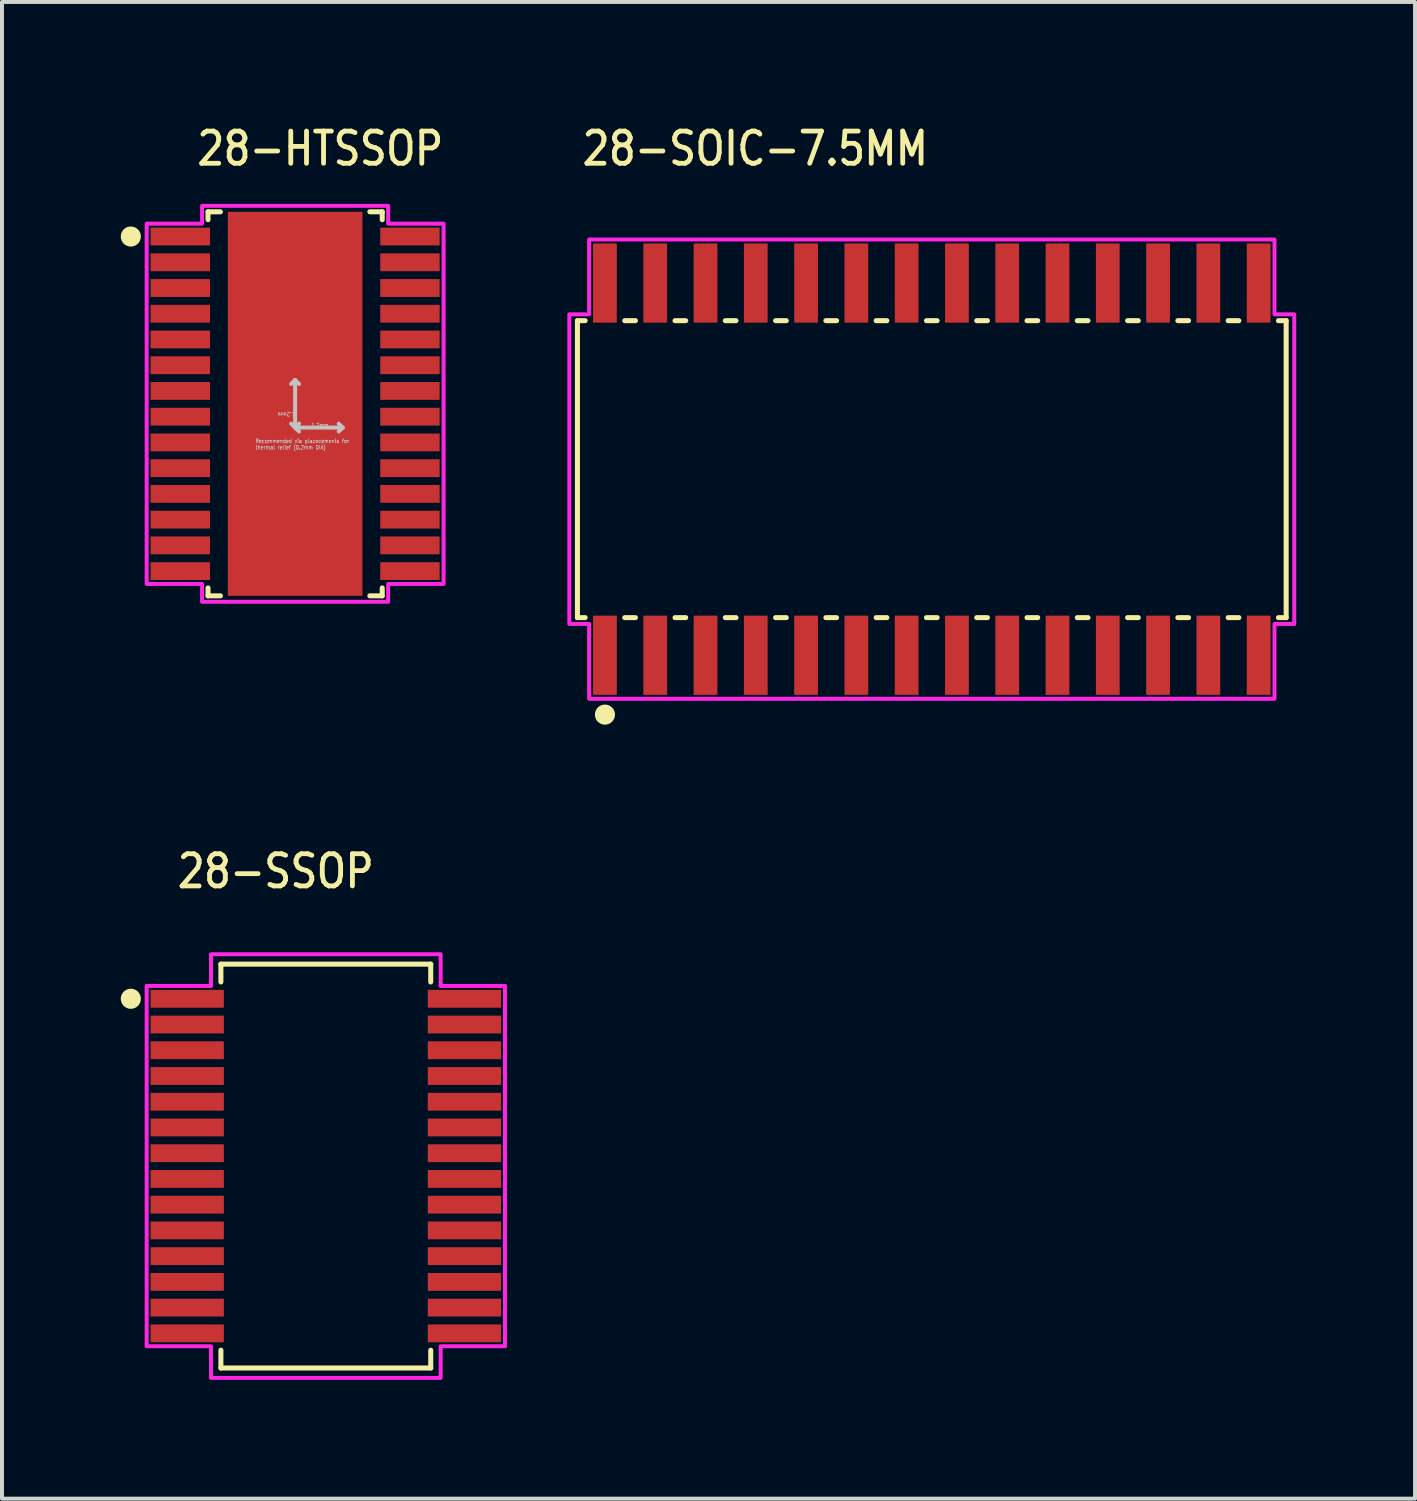
<source format=kicad_pcb>
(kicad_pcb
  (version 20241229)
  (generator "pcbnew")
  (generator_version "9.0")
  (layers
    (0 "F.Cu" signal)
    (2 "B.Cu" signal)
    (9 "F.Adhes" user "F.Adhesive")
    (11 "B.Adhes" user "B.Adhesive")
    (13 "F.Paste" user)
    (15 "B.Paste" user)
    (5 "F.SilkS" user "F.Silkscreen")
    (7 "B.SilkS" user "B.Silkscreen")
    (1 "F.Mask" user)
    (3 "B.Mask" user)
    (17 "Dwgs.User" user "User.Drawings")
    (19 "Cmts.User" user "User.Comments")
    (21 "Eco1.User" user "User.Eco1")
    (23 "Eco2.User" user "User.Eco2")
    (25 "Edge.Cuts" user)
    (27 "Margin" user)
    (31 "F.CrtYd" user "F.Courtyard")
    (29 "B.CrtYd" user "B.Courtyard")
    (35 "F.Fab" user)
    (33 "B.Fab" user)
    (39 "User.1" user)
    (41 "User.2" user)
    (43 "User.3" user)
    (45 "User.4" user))
  (footprint "28-HTSSOP"
    (layer "F.Cu")
    (at 4.404 7.149)
    (property "Reference" "28-HTSSOP" (at -2.54 -5.97 0) (unlocked yes) (layer "F.SilkS") (effects (font (size 0.813 0.695) (thickness 0.122)) (justify left bottom)))
    (fp_poly (pts (xy -1.55 -2.59) (xy 1.55 -2.59) (xy 1.55 2.59) (xy -1.55 2.59)) (stroke (width 0) (type solid)) (fill yes) (layer "F.Mask"))
    (fp_line (start -2.2 -4.85) (end -1.887 -4.85) (stroke (width 0.127) (type solid)) (layer "F.SilkS"))
    (fp_line (start -2.2 -4.65) (end -2.2 -4.85) (stroke (width 0.127) (type solid)) (layer "F.SilkS"))
    (fp_line (start -2.2 4.85) (end -2.2 4.65) (stroke (width 0.127) (type solid)) (layer "F.SilkS"))
    (fp_line (start -2.2 4.85) (end -1.887 4.85) (stroke (width 0.127) (type solid)) (layer "F.SilkS"))
    (fp_line (start 1.887 -4.85) (end 2.2 -4.85) (stroke (width 0.127) (type solid)) (layer "F.SilkS"))
    (fp_line (start 1.887 4.85) (end 2.2 4.85) (stroke (width 0.127) (type solid)) (layer "F.SilkS"))
    (fp_line (start 2.2 -4.65) (end 2.2 -4.85) (stroke (width 0.127) (type solid)) (layer "F.SilkS"))
    (fp_line (start 2.2 4.85) (end 2.2 4.65) (stroke (width 0.127) (type solid)) (layer "F.SilkS"))
    (fp_circle (center -4.15 -4.225) (end -3.896 -4.225) (stroke (width 0) (type solid)) (fill yes) (layer "F.SilkS"))
    (fp_poly (pts (xy -1.735 -2.895) (xy -1.735 2.895) (xy 1.735 2.895) (xy 1.735 -2.895)) (stroke (width 0) (type solid)) (fill yes) (layer "F.Paste"))
    (fp_line (start 0 -0.6) (end -0.1 -0.5) (stroke (width 0.1) (type solid)) (layer "Dwgs.User"))
    (fp_line (start 0 -0.6) (end 0 0.6) (stroke (width 0.1) (type solid)) (layer "Dwgs.User"))
    (fp_line (start 0 -0.6) (end 0.1 -0.5) (stroke (width 0.1) (type solid)) (layer "Dwgs.User"))
    (fp_line (start 0 0.6) (end -0.1 0.5) (stroke (width 0.1) (type solid)) (layer "Dwgs.User"))
    (fp_line (start 0 0.6) (end 0.1 0.5) (stroke (width 0.1) (type solid)) (layer "Dwgs.User"))
    (fp_line (start 0 0.6) (end 0.1 0.7) (stroke (width 0.1) (type solid)) (layer "Dwgs.User"))
    (fp_line (start 0 0.6) (end 1.2 0.6) (stroke (width 0.1) (type solid)) (layer "Dwgs.User"))
    (fp_line (start 1.1 0.5) (end 1.2 0.6) (stroke (width 0.1) (type solid)) (layer "Dwgs.User"))
    (fp_line (start 1.2 0.6) (end 1.1 0.7) (stroke (width 0.1) (type solid)) (layer "Dwgs.User"))
    (fp_circle (center -1.2 -4.2) (end -1.1 -4.2) (stroke (width 0.000009) (type solid)) (fill no) (layer "Dwgs.User"))
    (fp_circle (center -1.2 -3) (end -1.1 -3) (stroke (width 0.000009) (type solid)) (fill no) (layer "Dwgs.User"))
    (fp_circle (center -1.2 -1.8) (end -1.1 -1.8) (stroke (width 0.000009) (type solid)) (fill no) (layer "Dwgs.User"))
    (fp_circle (center -1.2 -0.6) (end -1.1 -0.6) (stroke (width 0.000009) (type solid)) (fill no) (layer "Dwgs.User"))
    (fp_circle (center -1.2 0.6) (end -1.1 0.6) (stroke (width 0.000009) (type solid)) (fill no) (layer "Dwgs.User"))
    (fp_circle (center -1.2 1.8) (end -1.1 1.8) (stroke (width 0.000009) (type solid)) (fill no) (layer "Dwgs.User"))
    (fp_circle (center -1.2 3) (end -1.1 3) (stroke (width 0.000009) (type solid)) (fill no) (layer "Dwgs.User"))
    (fp_circle (center -1.2 4.2) (end -1.1 4.2) (stroke (width 0.000009) (type solid)) (fill no) (layer "Dwgs.User"))
    (fp_circle (center 0 -4.2) (end 0.1 -4.2) (stroke (width 0.000009) (type solid)) (fill no) (layer "Dwgs.User"))
    (fp_circle (center 0 -3) (end 0.1 -3) (stroke (width 0.000009) (type solid)) (fill no) (layer "Dwgs.User"))
    (fp_circle (center 0 -1.8) (end 0.1 -1.8) (stroke (width 0.000009) (type solid)) (fill no) (layer "Dwgs.User"))
    (fp_circle (center 0 -0.6) (end 0.1 -0.6) (stroke (width 0.000009) (type solid)) (fill no) (layer "Dwgs.User"))
    (fp_circle (center 0 0.6) (end 0.1 0.6) (stroke (width 0.000009) (type solid)) (fill no) (layer "Dwgs.User"))
    (fp_circle (center 0 1.8) (end 0.1 1.8) (stroke (width 0.000009) (type solid)) (fill no) (layer "Dwgs.User"))
    (fp_circle (center 0 3) (end 0.1 3) (stroke (width 0.000009) (type solid)) (fill no) (layer "Dwgs.User"))
    (fp_circle (center 0 4.2) (end 0.1 4.2) (stroke (width 0.000009) (type solid)) (fill no) (layer "Dwgs.User"))
    (fp_circle (center 1.2 -4.2) (end 1.3 -4.2) (stroke (width 0.000009) (type solid)) (fill no) (layer "Dwgs.User"))
    (fp_circle (center 1.2 -3) (end 1.3 -3) (stroke (width 0.000009) (type solid)) (fill no) (layer "Dwgs.User"))
    (fp_circle (center 1.2 -1.8) (end 1.3 -1.8) (stroke (width 0.000009) (type solid)) (fill no) (layer "Dwgs.User"))
    (fp_circle (center 1.2 -0.6) (end 1.3 -0.6) (stroke (width 0.000009) (type solid)) (fill no) (layer "Dwgs.User"))
    (fp_circle (center 1.2 0.6) (end 1.3 0.6) (stroke (width 0.000009) (type solid)) (fill no) (layer "Dwgs.User"))
    (fp_circle (center 1.2 1.8) (end 1.3 1.8) (stroke (width 0.000009) (type solid)) (fill no) (layer "Dwgs.User"))
    (fp_circle (center 1.2 3) (end 1.3 3) (stroke (width 0.000009) (type solid)) (fill no) (layer "Dwgs.User"))
    (fp_circle (center 1.2 4.2) (end 1.3 4.2) (stroke (width 0.000009) (type solid)) (fill no) (layer "Dwgs.User"))
    (fp_poly (pts (xy -3.75 4.55) (xy -2.35 4.55) (xy -2.35 5) (xy 2.35 5) (xy 2.35 4.55) (xy 3.75 4.55) (xy 3.75 -4.55) (xy 2.35 -4.55) (xy 2.35 -5) (xy -2.35 -5) (xy -2.35 -4.55) (xy -3.75 -4.55)) (stroke (width 0.1) (type solid)) (fill no) (layer "F.CrtYd"))
    (fp_text user "1.2mm" (at 0 0.2 180) (unlocked yes) (layer "Dwgs.User") (effects (font (size 0.1 0.086) (thickness 0.015)) (justify left bottom)))
    (fp_text user "Recommended via placecements for \nthermal relief (0.2mm DIA)" (at -1.01 1.16 0) (unlocked yes) (layer "Dwgs.User") (effects (font (size 0.1 0.086) (thickness 0.015)) (justify left bottom)))
    (fp_text user "1.2mm" (at 0.4 0.6 0) (unlocked yes) (layer "Dwgs.User") (effects (font (size 0.1 0.086) (thickness 0.015)) (justify left bottom)))
    (pad "1" smd rect (at -2.9 -4.225) (size 1.5 0.45) (layers "F.Cu" "F.Mask" "F.Paste"))
    (pad "2" smd rect (at -2.9 -3.575) (size 1.5 0.45) (layers "F.Cu" "F.Mask" "F.Paste"))
    (pad "3" smd rect (at -2.9 -2.925) (size 1.5 0.45) (layers "F.Cu" "F.Mask" "F.Paste"))
    (pad "4" smd rect (at -2.9 -2.275) (size 1.5 0.45) (layers "F.Cu" "F.Mask" "F.Paste"))
    (pad "5" smd rect (at -2.9 -1.625) (size 1.5 0.45) (layers "F.Cu" "F.Mask" "F.Paste"))
    (pad "6" smd rect (at -2.9 -0.975) (size 1.5 0.45) (layers "F.Cu" "F.Mask" "F.Paste"))
    (pad "7" smd rect (at -2.9 -0.325) (size 1.5 0.45) (layers "F.Cu" "F.Mask" "F.Paste"))
    (pad "8" smd rect (at -2.9 0.325) (size 1.5 0.45) (layers "F.Cu" "F.Mask" "F.Paste"))
    (pad "9" smd rect (at -2.9 0.975) (size 1.5 0.45) (layers "F.Cu" "F.Mask" "F.Paste"))
    (pad "10" smd rect (at -2.9 2.275) (size 1.5 0.45) (layers "F.Cu" "F.Mask" "F.Paste"))
    (pad "11" smd rect (at -2.9 1.625) (size 1.5 0.45) (layers "F.Cu" "F.Mask" "F.Paste"))
    (pad "12" smd rect (at -2.9 2.925) (size 1.5 0.45) (layers "F.Cu" "F.Mask" "F.Paste"))
    (pad "13" smd rect (at -2.9 3.575) (size 1.5 0.45) (layers "F.Cu" "F.Mask" "F.Paste"))
    (pad "14" smd rect (at -2.9 4.225) (size 1.5 0.45) (layers "F.Cu" "F.Mask" "F.Paste"))
    (pad "15" smd rect (at 2.9 4.225) (size 1.5 0.45) (layers "F.Cu" "F.Mask" "F.Paste"))
    (pad "16" smd rect (at 2.9 3.575) (size 1.5 0.45) (layers "F.Cu" "F.Mask" "F.Paste"))
    (pad "17" smd rect (at 2.9 2.925) (size 1.5 0.45) (layers "F.Cu" "F.Mask" "F.Paste"))
    (pad "18" smd rect (at 2.9 2.275) (size 1.5 0.45) (layers "F.Cu" "F.Mask" "F.Paste"))
    (pad "19" smd rect (at 2.9 1.625) (size 1.5 0.45) (layers "F.Cu" "F.Mask" "F.Paste"))
    (pad "20" smd rect (at 2.9 0.975) (size 1.5 0.45) (layers "F.Cu" "F.Mask" "F.Paste"))
    (pad "21" smd rect (at 2.9 0.325) (size 1.5 0.45) (layers "F.Cu" "F.Mask" "F.Paste"))
    (pad "22" smd rect (at 2.9 -0.325) (size 1.5 0.45) (layers "F.Cu" "F.Mask" "F.Paste"))
    (pad "23" smd rect (at 2.9 -0.975) (size 1.5 0.45) (layers "F.Cu" "F.Mask" "F.Paste"))
    (pad "24" smd rect (at 2.9 -1.625) (size 1.5 0.45) (layers "F.Cu" "F.Mask" "F.Paste"))
    (pad "25" smd rect (at 2.9 -2.275) (size 1.5 0.45) (layers "F.Cu" "F.Mask" "F.Paste"))
    (pad "26" smd rect (at 2.9 -2.925) (size 1.5 0.45) (layers "F.Cu" "F.Mask" "F.Paste"))
    (pad "27" smd rect (at 2.9 -3.575) (size 1.5 0.45) (layers "F.Cu" "F.Mask" "F.Paste"))
    (pad "28" smd rect (at 2.9 -4.225) (size 1.5 0.45) (layers "F.Cu" "F.Mask" "F.Paste"))
    (pad "29" smd rect (at 0 0) (size 3.4 9.7) (layers "F.Cu")))
  (footprint "28-SOIC-7.5MM"
    (layer "F.Cu")
    (at 20.484 8.799)
    (property "Reference" "28-SOIC-7.5MM" (at -8.89 -7.62 0) (unlocked yes) (layer "F.SilkS") (effects (font (size 0.813 0.695) (thickness 0.122)) (justify left bottom)))
    (fp_line (start -8.95 -3.75) (end -8.95 3.75) (stroke (width 0.127) (type solid)) (layer "F.SilkS"))
    (fp_line (start -8.95 -3.75) (end -8.755 -3.75) (stroke (width 0.127) (type solid)) (layer "F.SilkS"))
    (fp_line (start -8.95 3.75) (end -8.755 3.75) (stroke (width 0.127) (type solid)) (layer "F.SilkS"))
    (fp_line (start -7.755 -3.75) (end -7.485 -3.75) (stroke (width 0.127) (type solid)) (layer "F.SilkS"))
    (fp_line (start -7.755 3.75) (end -7.485 3.75) (stroke (width 0.127) (type solid)) (layer "F.SilkS"))
    (fp_line (start -6.485 -3.75) (end -6.215 -3.75) (stroke (width 0.127) (type solid)) (layer "F.SilkS"))
    (fp_line (start -6.485 3.75) (end -6.215 3.75) (stroke (width 0.127) (type solid)) (layer "F.SilkS"))
    (fp_line (start -5.215 -3.75) (end -4.945 -3.75) (stroke (width 0.127) (type solid)) (layer "F.SilkS"))
    (fp_line (start -5.215 3.75) (end -4.945 3.75) (stroke (width 0.127) (type solid)) (layer "F.SilkS"))
    (fp_line (start -3.945 -3.75) (end -3.675 -3.75) (stroke (width 0.127) (type solid)) (layer "F.SilkS"))
    (fp_line (start -3.945 3.75) (end -3.675 3.75) (stroke (width 0.127) (type solid)) (layer "F.SilkS"))
    (fp_line (start -2.675 -3.75) (end -2.405 -3.75) (stroke (width 0.127) (type solid)) (layer "F.SilkS"))
    (fp_line (start -2.675 3.75) (end -2.405 3.75) (stroke (width 0.127) (type solid)) (layer "F.SilkS"))
    (fp_line (start -1.405 -3.75) (end -1.135 -3.75) (stroke (width 0.127) (type solid)) (layer "F.SilkS"))
    (fp_line (start -1.405 3.75) (end -1.135 3.75) (stroke (width 0.127) (type solid)) (layer "F.SilkS"))
    (fp_line (start -0.135 -3.75) (end 0.135 -3.75) (stroke (width 0.127) (type solid)) (layer "F.SilkS"))
    (fp_line (start -0.135 3.75) (end 0.135 3.75) (stroke (width 0.127) (type solid)) (layer "F.SilkS"))
    (fp_line (start 1.135 -3.75) (end 1.405 -3.75) (stroke (width 0.127) (type solid)) (layer "F.SilkS"))
    (fp_line (start 1.135 3.75) (end 1.405 3.75) (stroke (width 0.127) (type solid)) (layer "F.SilkS"))
    (fp_line (start 2.405 -3.75) (end 2.675 -3.75) (stroke (width 0.127) (type solid)) (layer "F.SilkS"))
    (fp_line (start 2.405 3.75) (end 2.675 3.75) (stroke (width 0.127) (type solid)) (layer "F.SilkS"))
    (fp_line (start 3.675 -3.75) (end 3.945 -3.75) (stroke (width 0.127) (type solid)) (layer "F.SilkS"))
    (fp_line (start 3.675 3.75) (end 3.945 3.75) (stroke (width 0.127) (type solid)) (layer "F.SilkS"))
    (fp_line (start 4.945 -3.75) (end 5.215 -3.75) (stroke (width 0.127) (type solid)) (layer "F.SilkS"))
    (fp_line (start 4.945 3.75) (end 5.215 3.75) (stroke (width 0.127) (type solid)) (layer "F.SilkS"))
    (fp_line (start 6.215 -3.75) (end 6.485 -3.75) (stroke (width 0.127) (type solid)) (layer "F.SilkS"))
    (fp_line (start 6.215 3.75) (end 6.485 3.75) (stroke (width 0.127) (type solid)) (layer "F.SilkS"))
    (fp_line (start 7.485 -3.75) (end 7.755 -3.75) (stroke (width 0.127) (type solid)) (layer "F.SilkS"))
    (fp_line (start 7.485 3.75) (end 7.755 3.75) (stroke (width 0.127) (type solid)) (layer "F.SilkS"))
    (fp_line (start 8.95 -3.75) (end 8.755 -3.75) (stroke (width 0.127) (type solid)) (layer "F.SilkS"))
    (fp_line (start 8.95 3.75) (end 8.755 3.75) (stroke (width 0.127) (type solid)) (layer "F.SilkS"))
    (fp_line (start 8.95 3.75) (end 8.95 -3.75) (stroke (width 0.127) (type solid)) (layer "F.SilkS"))
    (fp_circle (center -8.255 6.2) (end -8.001 6.2) (stroke (width 0) (type solid)) (fill yes) (layer "F.SilkS"))
    (fp_poly (pts (xy -9.155 -3.91) (xy -8.655 -3.91) (xy -8.655 -5.8) (xy 8.655 -5.8) (xy 8.655 -3.91) (xy 9.155 -3.91) (xy 9.155 3.91) (xy 8.655 3.91) (xy 8.655 5.8) (xy -8.655 5.8) (xy -8.655 3.91) (xy -9.155 3.91)) (stroke (width 0.1) (type solid)) (fill no) (layer "F.CrtYd"))
    (pad "1" smd rect (at -8.255 4.7) (size 0.6 2) (layers "F.Cu" "F.Mask" "F.Paste"))
    (pad "2" smd rect (at -6.985 4.7) (size 0.6 2) (layers "F.Cu" "F.Mask" "F.Paste"))
    (pad "3" smd rect (at -5.715 4.7) (size 0.6 2) (layers "F.Cu" "F.Mask" "F.Paste"))
    (pad "4" smd rect (at -4.445 4.7) (size 0.6 2) (layers "F.Cu" "F.Mask" "F.Paste"))
    (pad "5" smd rect (at -3.175 4.7) (size 0.6 2) (layers "F.Cu" "F.Mask" "F.Paste"))
    (pad "6" smd rect (at -1.905 4.7) (size 0.6 2) (layers "F.Cu" "F.Mask" "F.Paste"))
    (pad "7" smd rect (at -0.635 4.7) (size 0.6 2) (layers "F.Cu" "F.Mask" "F.Paste"))
    (pad "8" smd rect (at 0.635 4.7) (size 0.6 2) (layers "F.Cu" "F.Mask" "F.Paste"))
    (pad "9" smd rect (at 1.905 4.7) (size 0.6 2) (layers "F.Cu" "F.Mask" "F.Paste"))
    (pad "10" smd rect (at 3.175 4.7) (size 0.6 2) (layers "F.Cu" "F.Mask" "F.Paste"))
    (pad "11" smd rect (at 4.445 4.7) (size 0.6 2) (layers "F.Cu" "F.Mask" "F.Paste"))
    (pad "12" smd rect (at 5.715 4.7) (size 0.6 2) (layers "F.Cu" "F.Mask" "F.Paste"))
    (pad "13" smd rect (at 6.985 4.7) (size 0.6 2) (layers "F.Cu" "F.Mask" "F.Paste"))
    (pad "14" smd rect (at 8.255 4.7) (size 0.6 2) (layers "F.Cu" "F.Mask" "F.Paste"))
    (pad "15" smd rect (at 8.255 -4.7) (size 0.6 2) (layers "F.Cu" "F.Mask" "F.Paste"))
    (pad "16" smd rect (at 6.985 -4.7) (size 0.6 2) (layers "F.Cu" "F.Mask" "F.Paste"))
    (pad "17" smd rect (at 5.715 -4.7) (size 0.6 2) (layers "F.Cu" "F.Mask" "F.Paste"))
    (pad "18" smd rect (at 4.445 -4.7) (size 0.6 2) (layers "F.Cu" "F.Mask" "F.Paste"))
    (pad "19" smd rect (at 3.175 -4.7) (size 0.6 2) (layers "F.Cu" "F.Mask" "F.Paste"))
    (pad "20" smd rect (at 1.905 -4.7) (size 0.6 2) (layers "F.Cu" "F.Mask" "F.Paste"))
    (pad "21" smd rect (at 0.635 -4.7) (size 0.6 2) (layers "F.Cu" "F.Mask" "F.Paste"))
    (pad "22" smd rect (at -0.635 -4.7) (size 0.6 2) (layers "F.Cu" "F.Mask" "F.Paste"))
    (pad "23" smd rect (at -1.905 -4.7) (size 0.6 2) (layers "F.Cu" "F.Mask" "F.Paste"))
    (pad "24" smd rect (at -3.175 -4.7) (size 0.6 2) (layers "F.Cu" "F.Mask" "F.Paste"))
    (pad "25" smd rect (at -4.445 -4.7) (size 0.6 2) (layers "F.Cu" "F.Mask" "F.Paste"))
    (pad "26" smd rect (at -5.715 -4.7) (size 0.6 2) (layers "F.Cu" "F.Mask" "F.Paste"))
    (pad "27" smd rect (at -6.985 -4.7) (size 0.6 2) (layers "F.Cu" "F.Mask" "F.Paste"))
    (pad "28" smd rect (at -8.255 -4.7) (size 0.6 2) (layers "F.Cu" "F.Mask" "F.Paste")))
  (footprint "28-SSOP"
    (layer "F.Cu")
    (at 5.179 26.401)
    (property "Reference" "28-SSOP" (at -3.81 -6.97 0) (unlocked yes) (layer "F.SilkS") (effects (font (size 0.813 0.695) (thickness 0.122)) (justify left bottom)))
    (fp_line (start -2.65 -5.1) (end 2.65 -5.1) (stroke (width 0.127) (type solid)) (layer "F.SilkS"))
    (fp_line (start -2.65 -4.65) (end -2.65 -5.1) (stroke (width 0.127) (type solid)) (layer "F.SilkS"))
    (fp_line (start -2.65 4.65) (end -2.65 5.1) (stroke (width 0.127) (type solid)) (layer "F.SilkS"))
    (fp_line (start -2.65 5.1) (end 2.65 5.1) (stroke (width 0.127) (type solid)) (layer "F.SilkS"))
    (fp_line (start 2.65 -5.1) (end 2.65 -4.65) (stroke (width 0.127) (type solid)) (layer "F.SilkS"))
    (fp_line (start 2.65 5.1) (end 2.65 4.65) (stroke (width 0.127) (type solid)) (layer "F.SilkS"))
    (fp_circle (center -4.925 -4.225) (end -4.671 -4.225) (stroke (width 0) (type solid)) (fill yes) (layer "F.SilkS"))
    (fp_poly (pts (xy -4.525 -4.55) (xy -4.525 4.55) (xy -2.9 4.55) (xy -2.9 5.35) (xy 2.9 5.35) (xy 2.9 4.55) (xy 4.525 4.55) (xy 4.525 -4.55) (xy 2.9 -4.55) (xy 2.9 -5.35) (xy -2.9 -5.35) (xy -2.9 -4.55)) (stroke (width 0.1) (type solid)) (fill no) (layer "F.CrtYd"))
    (pad "1" smd rect (at -3.5 -4.225) (size 1.85 0.45) (layers "F.Cu" "F.Mask" "F.Paste"))
    (pad "2" smd rect (at -3.5 -3.575) (size 1.85 0.45) (layers "F.Cu" "F.Mask" "F.Paste"))
    (pad "3" smd rect (at -3.5 -2.925) (size 1.85 0.45) (layers "F.Cu" "F.Mask" "F.Paste"))
    (pad "4" smd rect (at -3.5 -2.275) (size 1.85 0.45) (layers "F.Cu" "F.Mask" "F.Paste"))
    (pad "5" smd rect (at -3.5 -1.625) (size 1.85 0.45) (layers "F.Cu" "F.Mask" "F.Paste"))
    (pad "6" smd rect (at -3.5 -0.975) (size 1.85 0.45) (layers "F.Cu" "F.Mask" "F.Paste"))
    (pad "7" smd rect (at -3.5 -0.325) (size 1.85 0.45) (layers "F.Cu" "F.Mask" "F.Paste"))
    (pad "8" smd rect (at -3.5 0.325) (size 1.85 0.45) (layers "F.Cu" "F.Mask" "F.Paste"))
    (pad "9" smd rect (at -3.5 0.975) (size 1.85 0.45) (layers "F.Cu" "F.Mask" "F.Paste"))
    (pad "10" smd rect (at -3.5 1.625) (size 1.85 0.45) (layers "F.Cu" "F.Mask" "F.Paste"))
    (pad "11" smd rect (at -3.5 2.275) (size 1.85 0.45) (layers "F.Cu" "F.Mask" "F.Paste"))
    (pad "12" smd rect (at -3.5 2.925) (size 1.85 0.45) (layers "F.Cu" "F.Mask" "F.Paste"))
    (pad "13" smd rect (at -3.5 3.575) (size 1.85 0.45) (layers "F.Cu" "F.Mask" "F.Paste"))
    (pad "14" smd rect (at -3.5 4.225) (size 1.85 0.45) (layers "F.Cu" "F.Mask" "F.Paste"))
    (pad "15" smd rect (at 3.5 4.225) (size 1.85 0.45) (layers "F.Cu" "F.Mask" "F.Paste"))
    (pad "16" smd rect (at 3.5 3.575) (size 1.85 0.45) (layers "F.Cu" "F.Mask" "F.Paste"))
    (pad "17" smd rect (at 3.5 2.925) (size 1.85 0.45) (layers "F.Cu" "F.Mask" "F.Paste"))
    (pad "18" smd rect (at 3.5 2.275) (size 1.85 0.45) (layers "F.Cu" "F.Mask" "F.Paste"))
    (pad "19" smd rect (at 3.5 1.625) (size 1.85 0.45) (layers "F.Cu" "F.Mask" "F.Paste"))
    (pad "20" smd rect (at 3.5 0.975) (size 1.85 0.45) (layers "F.Cu" "F.Mask" "F.Paste"))
    (pad "21" smd rect (at 3.5 0.325) (size 1.85 0.45) (layers "F.Cu" "F.Mask" "F.Paste"))
    (pad "22" smd rect (at 3.5 -0.325) (size 1.85 0.45) (layers "F.Cu" "F.Mask" "F.Paste"))
    (pad "23" smd rect (at 3.5 -0.975) (size 1.85 0.45) (layers "F.Cu" "F.Mask" "F.Paste"))
    (pad "24" smd rect (at 3.5 -1.625) (size 1.85 0.45) (layers "F.Cu" "F.Mask" "F.Paste"))
    (pad "25" smd rect (at 3.5 -2.275) (size 1.85 0.45) (layers "F.Cu" "F.Mask" "F.Paste"))
    (pad "26" smd rect (at 3.5 -2.925) (size 1.85 0.45) (layers "F.Cu" "F.Mask" "F.Paste"))
    (pad "27" smd rect (at 3.5 -3.575) (size 1.85 0.45) (layers "F.Cu" "F.Mask" "F.Paste"))
    (pad "28" smd rect (at 3.5 -4.225) (size 1.85 0.45) (layers "F.Cu" "F.Mask" "F.Paste")))
  (gr_rect
    (start -3 -3)
    (end 32.689 34.801)
    (stroke (width 0.1) (type default))
    (fill no)
    (layer "Edge.Cuts")))
</source>
